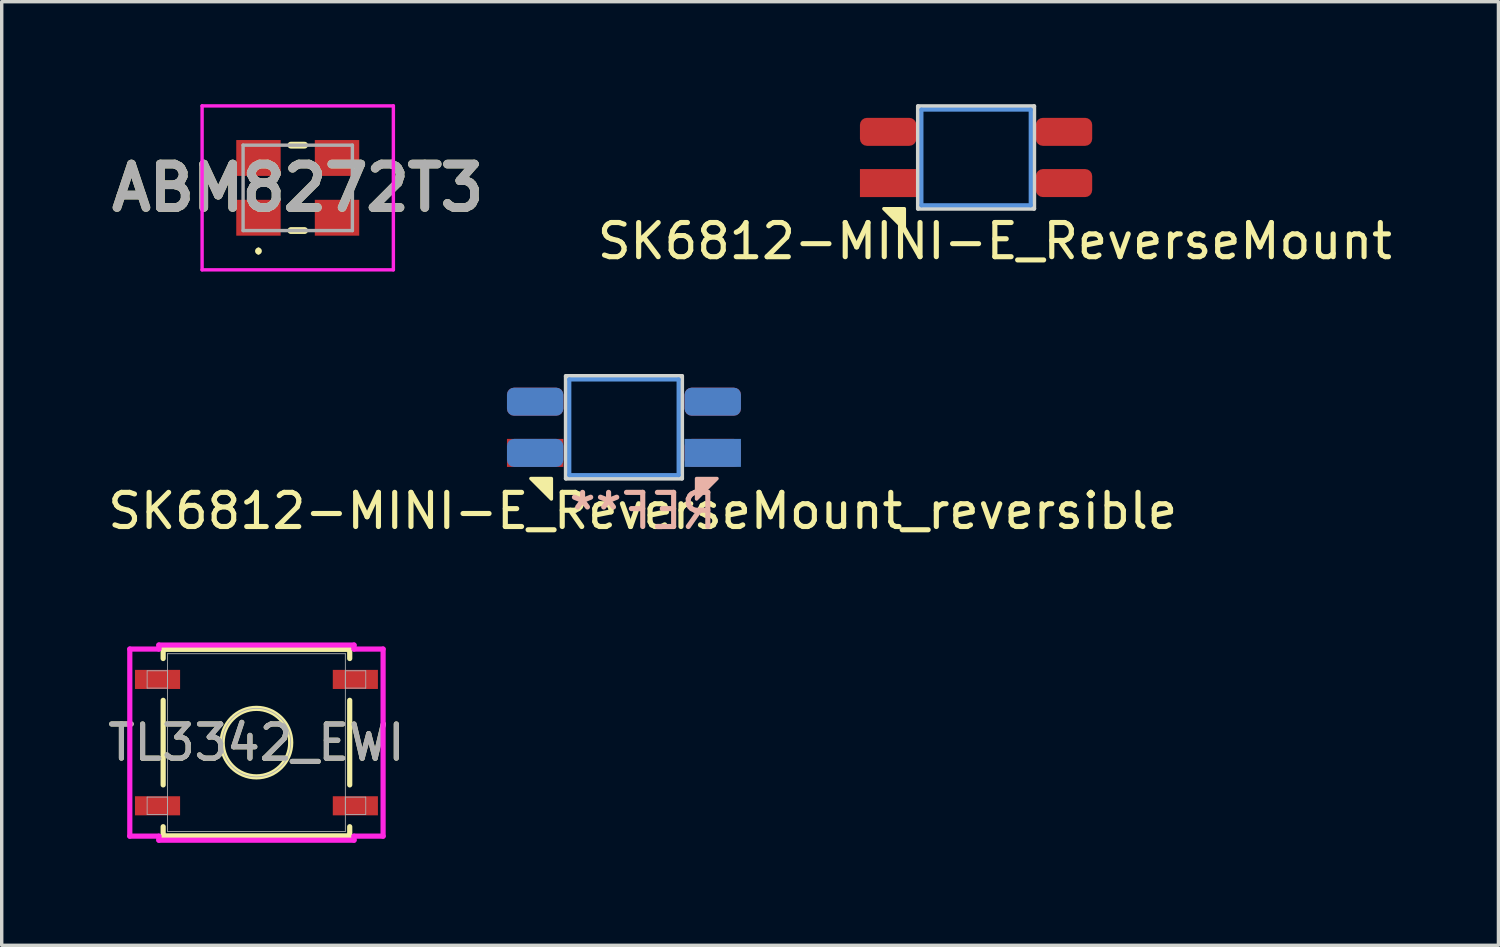
<source format=kicad_pcb>
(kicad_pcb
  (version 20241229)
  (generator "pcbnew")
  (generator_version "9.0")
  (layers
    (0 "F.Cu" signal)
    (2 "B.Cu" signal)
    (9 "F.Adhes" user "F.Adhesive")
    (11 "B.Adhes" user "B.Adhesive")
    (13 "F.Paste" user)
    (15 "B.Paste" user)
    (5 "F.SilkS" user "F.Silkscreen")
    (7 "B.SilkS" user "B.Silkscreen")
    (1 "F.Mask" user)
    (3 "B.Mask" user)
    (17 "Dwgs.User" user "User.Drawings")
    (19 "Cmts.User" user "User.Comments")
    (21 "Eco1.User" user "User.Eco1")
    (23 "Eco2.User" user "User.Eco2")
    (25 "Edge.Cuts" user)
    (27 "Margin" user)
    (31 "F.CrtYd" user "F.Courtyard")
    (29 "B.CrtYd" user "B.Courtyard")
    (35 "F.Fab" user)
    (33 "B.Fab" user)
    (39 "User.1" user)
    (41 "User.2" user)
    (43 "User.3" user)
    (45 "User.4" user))
  (footprint "ABM8272T3"
    (layer "F.Cu")
    (at 5.667 2.45)
    (property "Reference" "ABM8272T3" (at 0 0 0) (layer "F.SilkS") (effects (font (size 1.27 1.27) (thickness 0.254))))
    (attr smd)
    (fp_line (start -1.15 1.8) (end -1.15 1.8) (stroke (width 0.1) (type solid)) (layer "F.SilkS"))
    (fp_line (start -1.15 1.9) (end -1.15 1.9) (stroke (width 0.1) (type solid)) (layer "F.SilkS"))
    (fp_line (start -0.2 -1.25) (end 0.2 -1.25) (stroke (width 0.2) (type solid)) (layer "F.SilkS"))
    (fp_line (start -0.2 1.25) (end 0.2 1.25) (stroke (width 0.2) (type solid)) (layer "F.SilkS"))
    (fp_arc (start -1.15 1.8) (mid -1.1 1.85) (end -1.15 1.9) (stroke (width 0.1) (type solid)) (layer "F.SilkS"))
    (fp_arc (start -1.15 1.9) (mid -1.2 1.85) (end -1.15 1.8) (stroke (width 0.1) (type solid)) (layer "F.SilkS"))
    (fp_line (start -2.8 -2.4) (end 2.8 -2.4) (stroke (width 0.1) (type solid)) (layer "F.CrtYd"))
    (fp_line (start -2.8 2.4) (end -2.8 -2.4) (stroke (width 0.1) (type solid)) (layer "F.CrtYd"))
    (fp_line (start 2.8 -2.4) (end 2.8 2.4) (stroke (width 0.1) (type solid)) (layer "F.CrtYd"))
    (fp_line (start 2.8 2.4) (end -2.8 2.4) (stroke (width 0.1) (type solid)) (layer "F.CrtYd"))
    (fp_line (start -1.6 -1.25) (end 1.6 -1.25) (stroke (width 0.1) (type solid)) (layer "F.Fab"))
    (fp_line (start -1.6 1.25) (end -1.6 -1.25) (stroke (width 0.1) (type solid)) (layer "F.Fab"))
    (fp_line (start 1.6 -1.25) (end 1.6 1.25) (stroke (width 0.1) (type solid)) (layer "F.Fab"))
    (fp_line (start 1.6 1.25) (end -1.6 1.25) (stroke (width 0.1) (type solid)) (layer "F.Fab"))
    (fp_text user "${REFERENCE}" (at 0 0 0) (layer "F.Fab") (effects (font (size 1.27 1.27) (thickness 0.254))))
    (pad "1" smd rect (at -1.15 0.875 90) (size 1.05 1.3) (layers "F.Cu" "F.Mask" "F.Paste"))
    (pad "2" smd rect (at 1.15 0.875 90) (size 1.05 1.3) (layers "F.Cu" "F.Mask" "F.Paste"))
    (pad "3" smd rect (at 1.15 -0.875 90) (size 1.05 1.3) (layers "F.Cu" "F.Mask" "F.Paste"))
    (pad "4" smd rect (at -1.15 -0.875 90) (size 1.05 1.3) (layers "F.Cu" "F.Mask" "F.Paste")))
  (footprint "TL3342_EWI"
    (layer "F.Cu")
    (at 4.458 18.692)
    (property "Reference" "TL3342_EWI" (at 0 0 0) (unlocked yes) (layer "F.SilkS") (effects (font (size 1 1) (thickness 0.15))))
    (attr smd)
    (fp_line (start -2.731 -2.731) (end -2.731 -2.462) (stroke (width 0.152) (type solid)) (layer "F.SilkS"))
    (fp_line (start -2.731 -1.238) (end -2.731 1.238) (stroke (width 0.152) (type solid)) (layer "F.SilkS"))
    (fp_line (start -2.731 2.462) (end -2.731 2.731) (stroke (width 0.152) (type solid)) (layer "F.SilkS"))
    (fp_line (start -2.731 2.731) (end 2.731 2.731) (stroke (width 0.152) (type solid)) (layer "F.SilkS"))
    (fp_line (start 2.731 -2.731) (end -2.731 -2.731) (stroke (width 0.152) (type solid)) (layer "F.SilkS"))
    (fp_line (start 2.731 -2.462) (end 2.731 -2.731) (stroke (width 0.152) (type solid)) (layer "F.SilkS"))
    (fp_line (start 2.731 1.238) (end 2.731 -1.238) (stroke (width 0.152) (type solid)) (layer "F.SilkS"))
    (fp_line (start 2.731 2.731) (end 2.731 2.462) (stroke (width 0.152) (type solid)) (layer "F.SilkS"))
    (fp_circle (center 0 0) (end 1.003 0) (stroke (width 0.152) (type solid)) (fill no) (layer "F.SilkS"))
    (fp_line (start -3.708 -2.739) (end -2.857 -2.739) (stroke (width 0.152) (type solid)) (layer "F.CrtYd"))
    (fp_line (start -3.708 2.739) (end -3.708 -2.739) (stroke (width 0.152) (type solid)) (layer "F.CrtYd"))
    (fp_line (start -2.857 -2.857) (end 2.857 -2.857) (stroke (width 0.152) (type solid)) (layer "F.CrtYd"))
    (fp_line (start -2.857 -2.739) (end -2.857 -2.857) (stroke (width 0.152) (type solid)) (layer "F.CrtYd"))
    (fp_line (start -2.857 2.739) (end -3.708 2.739) (stroke (width 0.152) (type solid)) (layer "F.CrtYd"))
    (fp_line (start -2.857 2.857) (end -2.857 2.739) (stroke (width 0.152) (type solid)) (layer "F.CrtYd"))
    (fp_line (start 2.857 -2.857) (end 2.857 -2.739) (stroke (width 0.152) (type solid)) (layer "F.CrtYd"))
    (fp_line (start 2.857 -2.739) (end 3.708 -2.739) (stroke (width 0.152) (type solid)) (layer "F.CrtYd"))
    (fp_line (start 2.857 2.739) (end 2.857 2.857) (stroke (width 0.152) (type solid)) (layer "F.CrtYd"))
    (fp_line (start 2.857 2.857) (end -2.857 2.857) (stroke (width 0.152) (type solid)) (layer "F.CrtYd"))
    (fp_line (start 3.708 -2.739) (end 3.708 2.739) (stroke (width 0.152) (type solid)) (layer "F.CrtYd"))
    (fp_line (start 3.708 2.739) (end 2.857 2.739) (stroke (width 0.152) (type solid)) (layer "F.CrtYd"))
    (fp_line (start -3.2 -2.104) (end -3.2 -1.596) (stroke (width 0.025) (type solid)) (layer "F.Fab"))
    (fp_line (start -3.2 -1.596) (end -2.603 -1.596) (stroke (width 0.025) (type solid)) (layer "F.Fab"))
    (fp_line (start -3.2 1.596) (end -3.2 2.104) (stroke (width 0.025) (type solid)) (layer "F.Fab"))
    (fp_line (start -3.2 2.104) (end -2.603 2.104) (stroke (width 0.025) (type solid)) (layer "F.Fab"))
    (fp_line (start -2.603 -2.603) (end -2.603 2.603) (stroke (width 0.025) (type solid)) (layer "F.Fab"))
    (fp_line (start -2.603 -2.104) (end -3.2 -2.104) (stroke (width 0.025) (type solid)) (layer "F.Fab"))
    (fp_line (start -2.603 -1.596) (end -2.603 -2.104) (stroke (width 0.025) (type solid)) (layer "F.Fab"))
    (fp_line (start -2.603 1.596) (end -3.2 1.596) (stroke (width 0.025) (type solid)) (layer "F.Fab"))
    (fp_line (start -2.603 2.104) (end -2.603 1.596) (stroke (width 0.025) (type solid)) (layer "F.Fab"))
    (fp_line (start -2.603 2.603) (end 2.603 2.603) (stroke (width 0.025) (type solid)) (layer "F.Fab"))
    (fp_line (start 2.603 -2.603) (end -2.603 -2.603) (stroke (width 0.025) (type solid)) (layer "F.Fab"))
    (fp_line (start 2.603 -2.104) (end 2.603 -1.596) (stroke (width 0.025) (type solid)) (layer "F.Fab"))
    (fp_line (start 2.603 -1.596) (end 3.2 -1.596) (stroke (width 0.025) (type solid)) (layer "F.Fab"))
    (fp_line (start 2.603 1.596) (end 2.603 2.104) (stroke (width 0.025) (type solid)) (layer "F.Fab"))
    (fp_line (start 2.603 2.104) (end 3.2 2.104) (stroke (width 0.025) (type solid)) (layer "F.Fab"))
    (fp_line (start 2.603 2.603) (end 2.603 -2.603) (stroke (width 0.025) (type solid)) (layer "F.Fab"))
    (fp_line (start 3.2 -2.104) (end 2.603 -2.104) (stroke (width 0.025) (type solid)) (layer "F.Fab"))
    (fp_line (start 3.2 -1.596) (end 3.2 -2.104) (stroke (width 0.025) (type solid)) (layer "F.Fab"))
    (fp_line (start 3.2 1.596) (end 2.603 1.596) (stroke (width 0.025) (type solid)) (layer "F.Fab"))
    (fp_line (start 3.2 2.104) (end 3.2 1.596) (stroke (width 0.025) (type solid)) (layer "F.Fab"))
    (fp_circle (center 0 0) (end 1.003 0) (stroke (width 0.025) (type solid)) (fill no) (layer "F.Fab"))
    (fp_text user "${REFERENCE}" (at 0 0 0) (unlocked yes) (layer "F.Fab") (effects (font (size 1 1) (thickness 0.15))))
    (pad "1" smd rect (at -2.896 1.85) (size 1.321 0.559) (layers "F.Cu" "F.Mask" "F.Paste"))
    (pad "2" smd rect (at 2.896 1.85) (size 1.321 0.559) (layers "F.Cu" "F.Mask" "F.Paste"))
    (pad "3" smd rect (at -2.896 -1.85) (size 1.321 0.559) (layers "F.Cu" "F.Mask" "F.Paste"))
    (pad "4" smd rect (at 2.896 -1.85) (size 1.321 0.559) (layers "F.Cu" "F.Mask" "F.Paste")))
  (footprint "SK6812-MINI-E_ReverseMount"
    (layer "F.Cu")
    (at 25.527 1.56)
    (property "Reference" "SK6812-MINI-E_ReverseMount" (at 0.55 2.45 0) (unlocked yes) (layer "F.SilkS") (effects (font (size 1 1) (thickness 0.15))))
    (attr smd)
    (fp_poly (pts (xy -2.7 1.5) (xy -2.1 1.5) (xy -2.1 2.1)) (stroke (width 0.1) (type solid)) (fill yes) (layer "F.SilkS"))
    (fp_line (start -1.6 -1.4) (end 1.6 -1.4) (stroke (width 0.12) (type solid)) (layer "Cmts.User"))
    (fp_line (start -1.6 1.4) (end -1.6 -1.4) (stroke (width 0.12) (type solid)) (layer "Cmts.User"))
    (fp_line (start 1.6 -1.4) (end 1.6 1.4) (stroke (width 0.12) (type solid)) (layer "Cmts.User"))
    (fp_line (start 1.6 1.4) (end -1.6 1.4) (stroke (width 0.12) (type solid)) (layer "Cmts.User"))
    (fp_line (start -1.7 -1.5) (end 1.7 -1.5) (stroke (width 0.12) (type solid)) (layer "Edge.Cuts"))
    (fp_line (start -1.7 1.5) (end -1.7 -1.5) (stroke (width 0.12) (type solid)) (layer "Edge.Cuts"))
    (fp_line (start 1.7 -1.5) (end 1.7 1.5) (stroke (width 0.12) (type solid)) (layer "Edge.Cuts"))
    (fp_line (start 1.7 1.5) (end -1.7 1.5) (stroke (width 0.12) (type solid)) (layer "Edge.Cuts"))
    (pad "1" smd rect (at -2.575 0.75) (size 1.65 0.82) (layers "F.Cu" "F.Mask" "F.Paste"))
    (pad "2" smd roundrect (at -2.575 -0.75) (size 1.65 0.82) (layers "F.Cu" "F.Mask" "F.Paste") (roundrect_rratio 0.25))
    (pad "3" smd roundrect (at 2.575 -0.75) (size 1.65 0.82) (layers "F.Cu" "F.Mask" "F.Paste") (roundrect_rratio 0.25))
    (pad "4" smd roundrect (at 2.575 0.75) (size 1.65 0.82) (layers "F.Cu" "F.Mask" "F.Paste") (roundrect_rratio 0.25)))
  (footprint "SK6812-MINI-E_ReverseMount_reversible"
    (layer "F.Cu")
    (at 15.218 9.46)
    (property "Reference" "SK6812-MINI-E_ReverseMount_reversible" (at 0.55 2.45 0) (unlocked yes) (layer "F.SilkS") (effects (font (size 1 1) (thickness 0.15))))
    (attr smd)
    (fp_poly (pts (xy -2.725 1.5) (xy -2.125 1.5) (xy -2.125 2.1)) (stroke (width 0.1) (type solid)) (fill yes) (layer "F.SilkS"))
    (fp_poly (pts (xy 2.725 1.5) (xy 2.125 1.5) (xy 2.125 2.1)) (stroke (width 0.1) (type solid)) (fill yes) (layer "B.SilkS"))
    (fp_line (start -1.6 -1.4) (end 1.6 -1.4) (stroke (width 0.12) (type solid)) (layer "Cmts.User"))
    (fp_line (start -1.6 1.4) (end -1.6 -1.4) (stroke (width 0.12) (type solid)) (layer "Cmts.User"))
    (fp_line (start 1.6 -1.4) (end 1.6 1.4) (stroke (width 0.12) (type solid)) (layer "Cmts.User"))
    (fp_line (start 1.6 1.4) (end -1.6 1.4) (stroke (width 0.12) (type solid)) (layer "Cmts.User"))
    (fp_line (start -1.7 -1.5) (end 1.7 -1.5) (stroke (width 0.12) (type solid)) (layer "Edge.Cuts"))
    (fp_line (start -1.7 1.5) (end -1.7 -1.5) (stroke (width 0.12) (type solid)) (layer "Edge.Cuts"))
    (fp_line (start 1.7 -1.5) (end 1.7 1.5) (stroke (width 0.12) (type solid)) (layer "Edge.Cuts"))
    (fp_line (start 1.7 1.5) (end -1.7 1.5) (stroke (width 0.12) (type solid)) (layer "Edge.Cuts"))
    (fp_text user "REF**" (at 0.55 2.45 0) (unlocked yes) (layer "B.SilkS") (effects (font (size 1 1) (thickness 0.15)) (justify mirror)))
    (pad "1" smd rect (at -2.6 0.75) (size 1.65 0.82) (layers "F.Cu" "F.Mask" "F.Paste"))
    (pad "1" smd rect (at 2.6 0.75) (size 1.65 0.82) (layers "B.Cu" "B.Mask" "B.Paste"))
    (pad "2" smd roundrect (at -2.6 -0.75) (size 1.65 0.82) (layers "F.Cu" "F.Mask" "F.Paste") (roundrect_rratio 0.25))
    (pad "2" smd roundrect (at 2.6 -0.75) (size 1.65 0.82) (layers "B.Cu" "B.Mask" "B.Paste") (roundrect_rratio 0.25))
    (pad "3" smd roundrect (at -2.6 -0.75) (size 1.65 0.82) (layers "B.Cu" "B.Mask" "B.Paste") (roundrect_rratio 0.25))
    (pad "3" smd roundrect (at 2.6 -0.75) (size 1.65 0.82) (layers "F.Cu" "F.Mask" "F.Paste") (roundrect_rratio 0.25))
    (pad "4" smd roundrect (at -2.6 0.75) (size 1.65 0.82) (layers "B.Cu" "B.Mask" "B.Paste") (roundrect_rratio 0.25))
    (pad "4" smd roundrect (at 2.6 0.75) (size 1.65 0.82) (layers "F.Cu" "F.Mask" "F.Paste") (roundrect_rratio 0.25)))
  (gr_rect
    (start -3 -3)
    (end 40.821 24.626)
    (stroke (width 0.1) (type default))
    (fill no)
    (layer "Edge.Cuts")))
</source>
